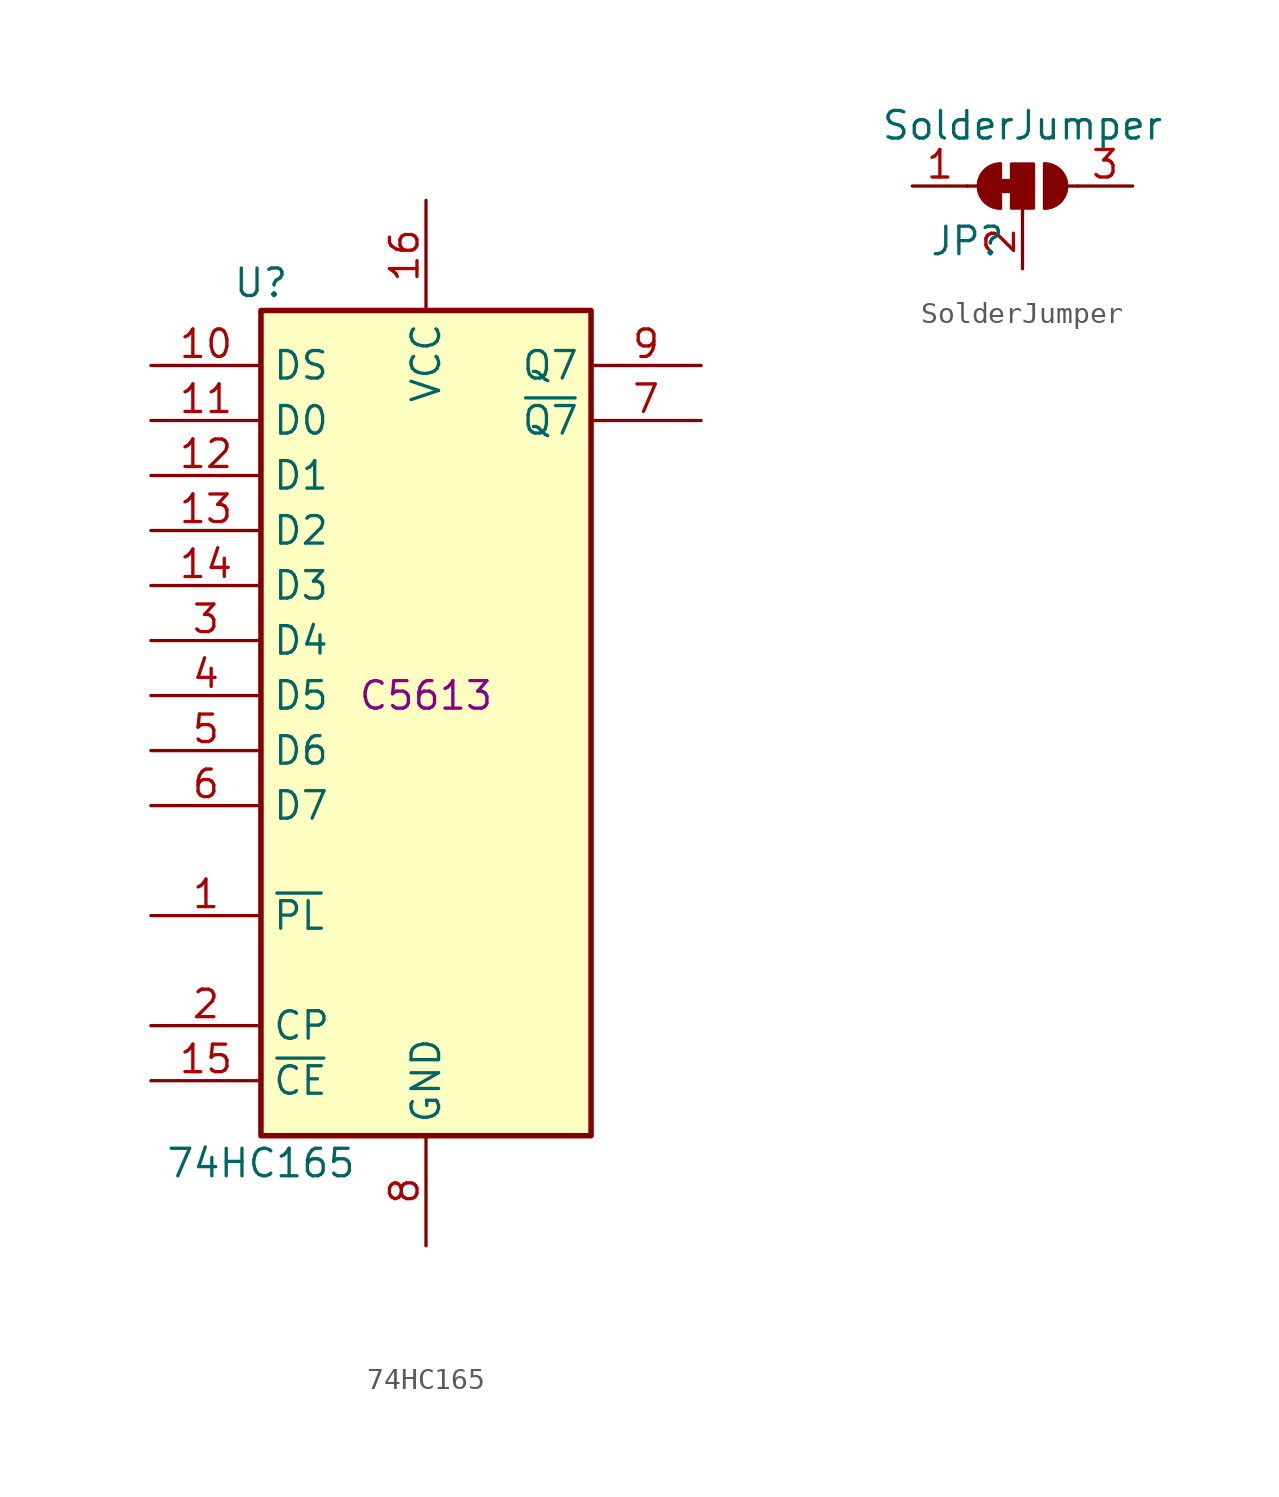
<source format=kicad_sym>
(kicad_symbol_lib
  (version 20241209)
  (generator "kicad_symbol_editor")
  (generator_version "9.0")
  (symbol "74HC165"
    (property "Reference" "U"
      (at -7.62 19.05 0)
      (effects (font (size 1.27 1.27))))
    (property "Value" "74HC165"
      (at -7.62 -21.59 0)
      (effects (font (size 1.27 1.27))))
    (property "SCLC" "C5613"
      (at 0 0 0)
      (effects (font (size 1.27 1.27))))
    (symbol "74HC165_1_0"
      (pin input line (at -12.7 15.24 0) (length 5.08) (name "DS" (effects (font (size 1.27 1.27)))) (number "10" (effects (font (size 1.27 1.27)))))
      (pin input line (at -12.7 12.7 0) (length 5.08) (name "D0" (effects (font (size 1.27 1.27)))) (number "11" (effects (font (size 1.27 1.27)))))
      (pin input line (at -12.7 10.16 0) (length 5.08) (name "D1" (effects (font (size 1.27 1.27)))) (number "12" (effects (font (size 1.27 1.27)))))
      (pin input line (at -12.7 7.62 0) (length 5.08) (name "D2" (effects (font (size 1.27 1.27)))) (number "13" (effects (font (size 1.27 1.27)))))
      (pin input line (at -12.7 5.08 0) (length 5.08) (name "D3" (effects (font (size 1.27 1.27)))) (number "14" (effects (font (size 1.27 1.27)))))
      (pin input line (at -12.7 2.54 0) (length 5.08) (name "D4" (effects (font (size 1.27 1.27)))) (number "3" (effects (font (size 1.27 1.27)))))
      (pin input line (at -12.7 0 0) (length 5.08) (name "D5" (effects (font (size 1.27 1.27)))) (number "4" (effects (font (size 1.27 1.27)))))
      (pin input line (at -12.7 -2.54 0) (length 5.08) (name "D6" (effects (font (size 1.27 1.27)))) (number "5" (effects (font (size 1.27 1.27)))))
      (pin input line (at -12.7 -5.08 0) (length 5.08) (name "D7" (effects (font (size 1.27 1.27)))) (number "6" (effects (font (size 1.27 1.27)))))
      (pin input line (at -12.7 -10.16 0) (length 5.08) (name "~{PL}" (effects (font (size 1.27 1.27)))) (number "1" (effects (font (size 1.27 1.27)))))
      (pin input line (at -12.7 -15.24 0) (length 5.08) (name "CP" (effects (font (size 1.27 1.27)))) (number "2" (effects (font (size 1.27 1.27)))))
      (pin input line (at -12.7 -17.78 0) (length 5.08) (name "~{CE}" (effects (font (size 1.27 1.27)))) (number "15" (effects (font (size 1.27 1.27)))))
      (pin power_in line (at 0 22.86 270) (length 5.08) (name "VCC" (effects (font (size 1.27 1.27)))) (number "16" (effects (font (size 1.27 1.27)))))
      (pin power_in line (at 0 -25.4 90) (length 5.08) (name "GND" (effects (font (size 1.27 1.27)))) (number "8" (effects (font (size 1.27 1.27)))))
      (pin output line (at 12.7 15.24 180) (length 5.08) (name "Q7" (effects (font (size 1.27 1.27)))) (number "9" (effects (font (size 1.27 1.27)))))
      (pin output line (at 12.7 12.7 180) (length 5.08) (name "~{Q7}" (effects (font (size 1.27 1.27)))) (number "7" (effects (font (size 1.27 1.27))))))
    (symbol "74HC165_1_1"
      (rectangle (start -7.62 17.78) (end 7.62 -20.32) (stroke (width 0.254) (type default)) (fill (type background)))))
  (symbol "SolderJumper"
    (pin_names
      (offset 0)
      (hide yes))
    (property "Reference" "JP"
      (at -2.54 -2.54 0)
      (effects (font (size 1.27 1.27))))
    (property "Value" "SolderJumper"
      (at 0 2.794 0)
      (effects (font (size 1.27 1.27))))
    (symbol "SolderJumper_0_1"
      (polyline (pts (xy -2.54 0) (xy -2.032 0)) (stroke (width 0) (type default)) (fill (type none)))
      (polyline (pts (xy -1.016 1.016) (xy -1.016 -1.016)) (stroke (width 0) (type default)) (fill (type none)))
      (rectangle (start -1.016 0.254) (end -0.508 -0.254) (stroke (width 0) (type default)) (fill (type outline)))
      (arc (start -1.016 -1.016) (mid -2.0276 0) (end -1.016 1.016) (stroke (width 0) (type default)) (fill (type none)))
      (arc (start -1.016 -1.016) (mid -2.0276 0) (end -1.016 1.016) (stroke (width 0) (type default)) (fill (type outline)))
      (rectangle (start -0.508 1.016) (end 0.508 -1.016) (stroke (width 0) (type default)) (fill (type outline)))
      (polyline (pts (xy 0 -1.27) (xy 0 -1.016)) (stroke (width 0) (type default)) (fill (type none)))
      (arc (start 1.016 1.016) (mid 2.0276 0) (end 1.016 -1.016) (stroke (width 0) (type default)) (fill (type none)))
      (arc (start 1.016 1.016) (mid 2.0276 0) (end 1.016 -1.016) (stroke (width 0) (type default)) (fill (type outline)))
      (polyline (pts (xy 1.016 1.016) (xy 1.016 -1.016)) (stroke (width 0) (type default)) (fill (type none)))
      (polyline (pts (xy 2.54 0) (xy 2.032 0)) (stroke (width 0) (type default)) (fill (type none))))
    (symbol "SolderJumper_1_1"
      (pin passive line (at -5.08 0 0) (length 2.54) (name "A" (effects (font (size 1.27 1.27)))) (number "1" (effects (font (size 1.27 1.27)))))
      (pin passive line (at 0 -3.81 90) (length 2.54) (name "C" (effects (font (size 1.27 1.27)))) (number "2" (effects (font (size 1.27 1.27)))))
      (pin passive line (at 5.08 0 180) (length 2.54) (name "B" (effects (font (size 1.27 1.27)))) (number "3" (effects (font (size 1.27 1.27))))))))
</source>
